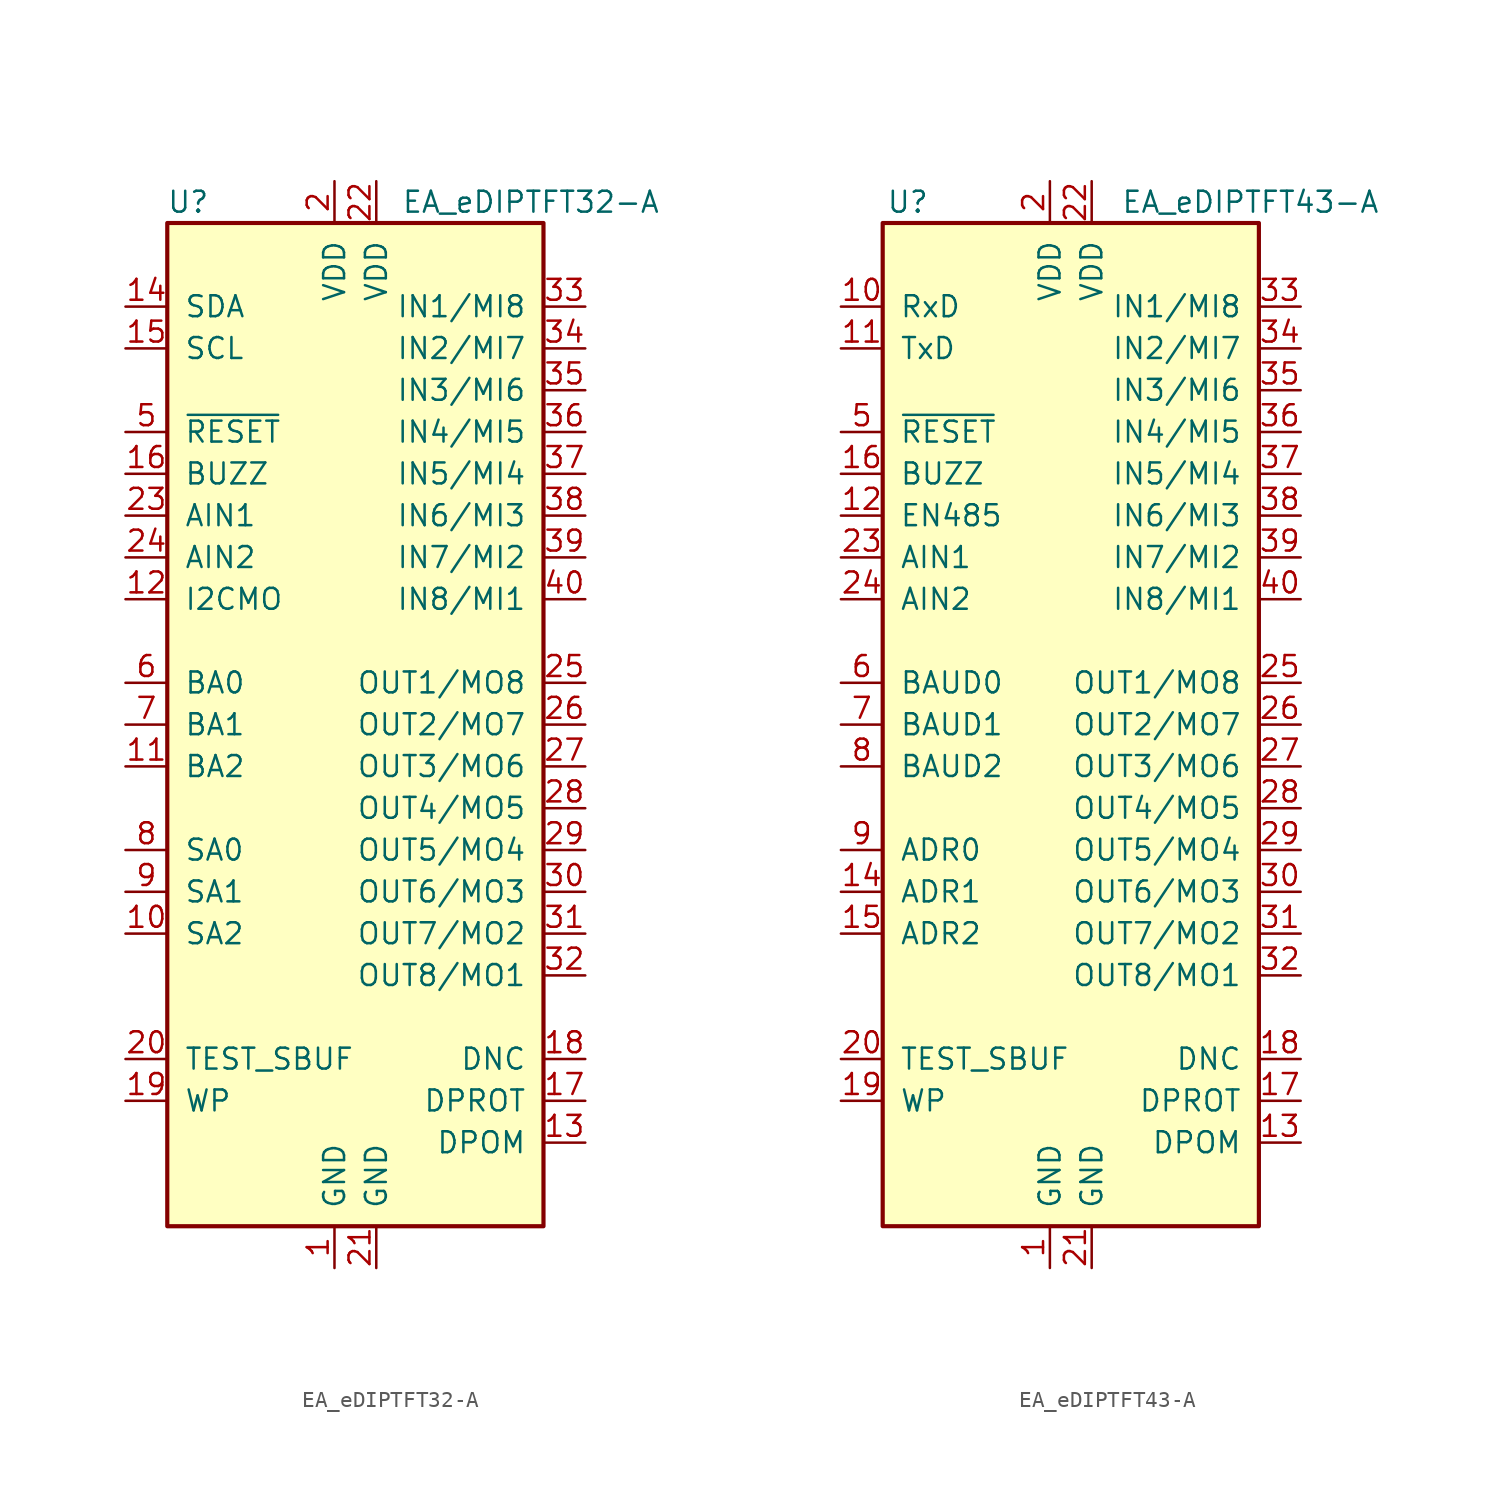
<source format=kicad_sym>
(kicad_symbol_lib
  (version 20211014)
  (generator kicad_symbol_editor)
  (symbol "EA_eDIPTFT32-A"
    (pin_names
      (offset 1.016))
    (property "Reference" "U"
      (at -11.43 31.75 0)
      (effects (font (size 1.27 1.27))))
    (property "Value" "EA_eDIPTFT32-A"
      (at 1.524 31.75 0)
      (effects (font (size 1.27 1.27)) (justify left)))
    (symbol "EA_eDIPTFT32-A_0_1"
      (rectangle (start -12.7 30.48) (end 10.16 -30.48) (stroke (width 0.254) (type default) (color 0 0 0 0)) (fill (type background))))
    (symbol "EA_eDIPTFT32-A_1_1"
      (pin power_in line (at -2.54 -33.02 90) (length 2.54) (name "GND" (effects (font (size 1.27 1.27)))) (number "1" (effects (font (size 1.27 1.27)))))
      (pin input line (at -15.24 -12.7 0) (length 2.54) (name "SA2" (effects (font (size 1.27 1.27)))) (number "10" (effects (font (size 1.27 1.27)))))
      (pin input line (at -15.24 -2.54 0) (length 2.54) (name "BA2" (effects (font (size 1.27 1.27)))) (number "11" (effects (font (size 1.27 1.27)))))
      (pin input line (at -15.24 7.62 0) (length 2.54) (name "I2CMO" (effects (font (size 1.27 1.27)))) (number "12" (effects (font (size 1.27 1.27)))))
      (pin input line (at 12.7 -25.4 180) (length 2.54) (name "DPOM" (effects (font (size 1.27 1.27)))) (number "13" (effects (font (size 1.27 1.27)))))
      (pin bidirectional line (at -15.24 25.4 0) (length 2.54) (name "SDA" (effects (font (size 1.27 1.27)))) (number "14" (effects (font (size 1.27 1.27)))))
      (pin input line (at -15.24 22.86 0) (length 2.54) (name "SCL" (effects (font (size 1.27 1.27)))) (number "15" (effects (font (size 1.27 1.27)))))
      (pin output line (at -15.24 15.24 0) (length 2.54) (name "BUZZ" (effects (font (size 1.27 1.27)))) (number "16" (effects (font (size 1.27 1.27)))))
      (pin input line (at 12.7 -22.86 180) (length 2.54) (name "DPROT" (effects (font (size 1.27 1.27)))) (number "17" (effects (font (size 1.27 1.27)))))
      (pin output line (at 12.7 -20.32 180) (length 2.54) (name "DNC" (effects (font (size 1.27 1.27)))) (number "18" (effects (font (size 1.27 1.27)))))
      (pin input line (at -15.24 -22.86 0) (length 2.54) (name "WP" (effects (font (size 1.27 1.27)))) (number "19" (effects (font (size 1.27 1.27)))))
      (pin power_in line (at -2.54 33.02 270) (length 2.54) (name "VDD" (effects (font (size 1.27 1.27)))) (number "2" (effects (font (size 1.27 1.27)))))
      (pin bidirectional line (at -15.24 -20.32 0) (length 2.54) (name "TEST_SBUF" (effects (font (size 1.27 1.27)))) (number "20" (effects (font (size 1.27 1.27)))))
      (pin power_in line (at 0 -33.02 90) (length 2.54) (name "GND" (effects (font (size 1.27 1.27)))) (number "21" (effects (font (size 1.27 1.27)))))
      (pin power_in line (at 0 33.02 270) (length 2.54) (name "VDD" (effects (font (size 1.27 1.27)))) (number "22" (effects (font (size 1.27 1.27)))))
      (pin input line (at -15.24 12.7 0) (length 2.54) (name "AIN1" (effects (font (size 1.27 1.27)))) (number "23" (effects (font (size 1.27 1.27)))))
      (pin input line (at -15.24 10.16 0) (length 2.54) (name "AIN2" (effects (font (size 1.27 1.27)))) (number "24" (effects (font (size 1.27 1.27)))))
      (pin output line (at 12.7 2.54 180) (length 2.54) (name "OUT1/MO8" (effects (font (size 1.27 1.27)))) (number "25" (effects (font (size 1.27 1.27)))))
      (pin output line (at 12.7 0 180) (length 2.54) (name "OUT2/MO7" (effects (font (size 1.27 1.27)))) (number "26" (effects (font (size 1.27 1.27)))))
      (pin output line (at 12.7 -2.54 180) (length 2.54) (name "OUT3/MO6" (effects (font (size 1.27 1.27)))) (number "27" (effects (font (size 1.27 1.27)))))
      (pin output line (at 12.7 -5.08 180) (length 2.54) (name "OUT4/MO5" (effects (font (size 1.27 1.27)))) (number "28" (effects (font (size 1.27 1.27)))))
      (pin output line (at 12.7 -7.62 180) (length 2.54) (name "OUT5/MO4" (effects (font (size 1.27 1.27)))) (number "29" (effects (font (size 1.27 1.27)))))
      (pin no_connect line (at 10.16 -27.94 180) (length 2.54) hide (name "NC" (effects (font (size 1.27 1.27)))) (number "3" (effects (font (size 1.27 1.27)))))
      (pin output line (at 12.7 -10.16 180) (length 2.54) (name "OUT6/MO3" (effects (font (size 1.27 1.27)))) (number "30" (effects (font (size 1.27 1.27)))))
      (pin output line (at 12.7 -12.7 180) (length 2.54) (name "OUT7/MO2" (effects (font (size 1.27 1.27)))) (number "31" (effects (font (size 1.27 1.27)))))
      (pin output line (at 12.7 -15.24 180) (length 2.54) (name "OUT8/MO1" (effects (font (size 1.27 1.27)))) (number "32" (effects (font (size 1.27 1.27)))))
      (pin input line (at 12.7 25.4 180) (length 2.54) (name "IN1/MI8" (effects (font (size 1.27 1.27)))) (number "33" (effects (font (size 1.27 1.27)))))
      (pin input line (at 12.7 22.86 180) (length 2.54) (name "IN2/MI7" (effects (font (size 1.27 1.27)))) (number "34" (effects (font (size 1.27 1.27)))))
      (pin input line (at 12.7 20.32 180) (length 2.54) (name "IN3/MI6" (effects (font (size 1.27 1.27)))) (number "35" (effects (font (size 1.27 1.27)))))
      (pin input line (at 12.7 17.78 180) (length 2.54) (name "IN4/MI5" (effects (font (size 1.27 1.27)))) (number "36" (effects (font (size 1.27 1.27)))))
      (pin input line (at 12.7 15.24 180) (length 2.54) (name "IN5/MI4" (effects (font (size 1.27 1.27)))) (number "37" (effects (font (size 1.27 1.27)))))
      (pin input line (at 12.7 12.7 180) (length 2.54) (name "IN6/MI3" (effects (font (size 1.27 1.27)))) (number "38" (effects (font (size 1.27 1.27)))))
      (pin input line (at 12.7 10.16 180) (length 2.54) (name "IN7/MI2" (effects (font (size 1.27 1.27)))) (number "39" (effects (font (size 1.27 1.27)))))
      (pin no_connect line (at -12.7 -27.94 0) (length 2.54) hide (name "NC" (effects (font (size 1.27 1.27)))) (number "4" (effects (font (size 1.27 1.27)))))
      (pin input line (at 12.7 7.62 180) (length 2.54) (name "IN8/MI1" (effects (font (size 1.27 1.27)))) (number "40" (effects (font (size 1.27 1.27)))))
      (pin input line (at -15.24 17.78 0) (length 2.54) (name "~{RESET}" (effects (font (size 1.27 1.27)))) (number "5" (effects (font (size 1.27 1.27)))))
      (pin input line (at -15.24 2.54 0) (length 2.54) (name "BA0" (effects (font (size 1.27 1.27)))) (number "6" (effects (font (size 1.27 1.27)))))
      (pin input line (at -15.24 0 0) (length 2.54) (name "BA1" (effects (font (size 1.27 1.27)))) (number "7" (effects (font (size 1.27 1.27)))))
      (pin input line (at -15.24 -7.62 0) (length 2.54) (name "SA0" (effects (font (size 1.27 1.27)))) (number "8" (effects (font (size 1.27 1.27)))))
      (pin input line (at -15.24 -10.16 0) (length 2.54) (name "SA1" (effects (font (size 1.27 1.27)))) (number "9" (effects (font (size 1.27 1.27)))))))
  (symbol "EA_eDIPTFT43-A"
    (pin_names
      (offset 1.016))
    (property "Reference" "U"
      (at -11.176 31.75 0)
      (effects (font (size 1.27 1.27))))
    (property "Value" "EA_eDIPTFT43-A"
      (at 1.778 31.75 0)
      (effects (font (size 1.27 1.27)) (justify left)))
    (symbol "EA_eDIPTFT43-A_0_1"
      (rectangle (start -12.7 30.48) (end 10.16 -30.48) (stroke (width 0.254) (type default) (color 0 0 0 0)) (fill (type background))))
    (symbol "EA_eDIPTFT43-A_1_1"
      (pin power_in line (at -2.54 -33.02 90) (length 2.54) (name "GND" (effects (font (size 1.27 1.27)))) (number "1" (effects (font (size 1.27 1.27)))))
      (pin input line (at -15.24 25.4 0) (length 2.54) (name "RxD" (effects (font (size 1.27 1.27)))) (number "10" (effects (font (size 1.27 1.27)))))
      (pin output line (at -15.24 22.86 0) (length 2.54) (name "TxD" (effects (font (size 1.27 1.27)))) (number "11" (effects (font (size 1.27 1.27)))))
      (pin output line (at -15.24 12.7 0) (length 2.54) (name "EN485" (effects (font (size 1.27 1.27)))) (number "12" (effects (font (size 1.27 1.27)))))
      (pin input line (at 12.7 -25.4 180) (length 2.54) (name "DPOM" (effects (font (size 1.27 1.27)))) (number "13" (effects (font (size 1.27 1.27)))))
      (pin input line (at -15.24 -10.16 0) (length 2.54) (name "ADR1" (effects (font (size 1.27 1.27)))) (number "14" (effects (font (size 1.27 1.27)))))
      (pin input line (at -15.24 -12.7 0) (length 2.54) (name "ADR2" (effects (font (size 1.27 1.27)))) (number "15" (effects (font (size 1.27 1.27)))))
      (pin output line (at -15.24 15.24 0) (length 2.54) (name "BUZZ" (effects (font (size 1.27 1.27)))) (number "16" (effects (font (size 1.27 1.27)))))
      (pin input line (at 12.7 -22.86 180) (length 2.54) (name "DPROT" (effects (font (size 1.27 1.27)))) (number "17" (effects (font (size 1.27 1.27)))))
      (pin output line (at 12.7 -20.32 180) (length 2.54) (name "DNC" (effects (font (size 1.27 1.27)))) (number "18" (effects (font (size 1.27 1.27)))))
      (pin input line (at -15.24 -22.86 0) (length 2.54) (name "WP" (effects (font (size 1.27 1.27)))) (number "19" (effects (font (size 1.27 1.27)))))
      (pin power_in line (at -2.54 33.02 270) (length 2.54) (name "VDD" (effects (font (size 1.27 1.27)))) (number "2" (effects (font (size 1.27 1.27)))))
      (pin bidirectional line (at -15.24 -20.32 0) (length 2.54) (name "TEST_SBUF" (effects (font (size 1.27 1.27)))) (number "20" (effects (font (size 1.27 1.27)))))
      (pin power_in line (at 0 -33.02 90) (length 2.54) (name "GND" (effects (font (size 1.27 1.27)))) (number "21" (effects (font (size 1.27 1.27)))))
      (pin power_in line (at 0 33.02 270) (length 2.54) (name "VDD" (effects (font (size 1.27 1.27)))) (number "22" (effects (font (size 1.27 1.27)))))
      (pin input line (at -15.24 10.16 0) (length 2.54) (name "AIN1" (effects (font (size 1.27 1.27)))) (number "23" (effects (font (size 1.27 1.27)))))
      (pin input line (at -15.24 7.62 0) (length 2.54) (name "AIN2" (effects (font (size 1.27 1.27)))) (number "24" (effects (font (size 1.27 1.27)))))
      (pin output line (at 12.7 2.54 180) (length 2.54) (name "OUT1/MO8" (effects (font (size 1.27 1.27)))) (number "25" (effects (font (size 1.27 1.27)))))
      (pin output line (at 12.7 0 180) (length 2.54) (name "OUT2/MO7" (effects (font (size 1.27 1.27)))) (number "26" (effects (font (size 1.27 1.27)))))
      (pin output line (at 12.7 -2.54 180) (length 2.54) (name "OUT3/MO6" (effects (font (size 1.27 1.27)))) (number "27" (effects (font (size 1.27 1.27)))))
      (pin output line (at 12.7 -5.08 180) (length 2.54) (name "OUT4/MO5" (effects (font (size 1.27 1.27)))) (number "28" (effects (font (size 1.27 1.27)))))
      (pin output line (at 12.7 -7.62 180) (length 2.54) (name "OUT5/MO4" (effects (font (size 1.27 1.27)))) (number "29" (effects (font (size 1.27 1.27)))))
      (pin no_connect line (at 12.7 -27.94 180) (length 2.54) hide (name "NC" (effects (font (size 1.27 1.27)))) (number "3" (effects (font (size 1.27 1.27)))))
      (pin output line (at 12.7 -10.16 180) (length 2.54) (name "OUT6/MO3" (effects (font (size 1.27 1.27)))) (number "30" (effects (font (size 1.27 1.27)))))
      (pin output line (at 12.7 -12.7 180) (length 2.54) (name "OUT7/MO2" (effects (font (size 1.27 1.27)))) (number "31" (effects (font (size 1.27 1.27)))))
      (pin output line (at 12.7 -15.24 180) (length 2.54) (name "OUT8/MO1" (effects (font (size 1.27 1.27)))) (number "32" (effects (font (size 1.27 1.27)))))
      (pin input line (at 12.7 25.4 180) (length 2.54) (name "IN1/MI8" (effects (font (size 1.27 1.27)))) (number "33" (effects (font (size 1.27 1.27)))))
      (pin input line (at 12.7 22.86 180) (length 2.54) (name "IN2/MI7" (effects (font (size 1.27 1.27)))) (number "34" (effects (font (size 1.27 1.27)))))
      (pin input line (at 12.7 20.32 180) (length 2.54) (name "IN3/MI6" (effects (font (size 1.27 1.27)))) (number "35" (effects (font (size 1.27 1.27)))))
      (pin input line (at 12.7 17.78 180) (length 2.54) (name "IN4/MI5" (effects (font (size 1.27 1.27)))) (number "36" (effects (font (size 1.27 1.27)))))
      (pin input line (at 12.7 15.24 180) (length 2.54) (name "IN5/MI4" (effects (font (size 1.27 1.27)))) (number "37" (effects (font (size 1.27 1.27)))))
      (pin input line (at 12.7 12.7 180) (length 2.54) (name "IN6/MI3" (effects (font (size 1.27 1.27)))) (number "38" (effects (font (size 1.27 1.27)))))
      (pin input line (at 12.7 10.16 180) (length 2.54) (name "IN7/MI2" (effects (font (size 1.27 1.27)))) (number "39" (effects (font (size 1.27 1.27)))))
      (pin no_connect line (at -15.24 -27.94 0) (length 2.54) hide (name "NC" (effects (font (size 1.27 1.27)))) (number "4" (effects (font (size 1.27 1.27)))))
      (pin input line (at 12.7 7.62 180) (length 2.54) (name "IN8/MI1" (effects (font (size 1.27 1.27)))) (number "40" (effects (font (size 1.27 1.27)))))
      (pin input line (at -15.24 17.78 0) (length 2.54) (name "~{RESET}" (effects (font (size 1.27 1.27)))) (number "5" (effects (font (size 1.27 1.27)))))
      (pin input line (at -15.24 2.54 0) (length 2.54) (name "BAUD0" (effects (font (size 1.27 1.27)))) (number "6" (effects (font (size 1.27 1.27)))))
      (pin input line (at -15.24 0 0) (length 2.54) (name "BAUD1" (effects (font (size 1.27 1.27)))) (number "7" (effects (font (size 1.27 1.27)))))
      (pin input line (at -15.24 -2.54 0) (length 2.54) (name "BAUD2" (effects (font (size 1.27 1.27)))) (number "8" (effects (font (size 1.27 1.27)))))
      (pin input line (at -15.24 -7.62 0) (length 2.54) (name "ADR0" (effects (font (size 1.27 1.27)))) (number "9" (effects (font (size 1.27 1.27))))))))
</source>
